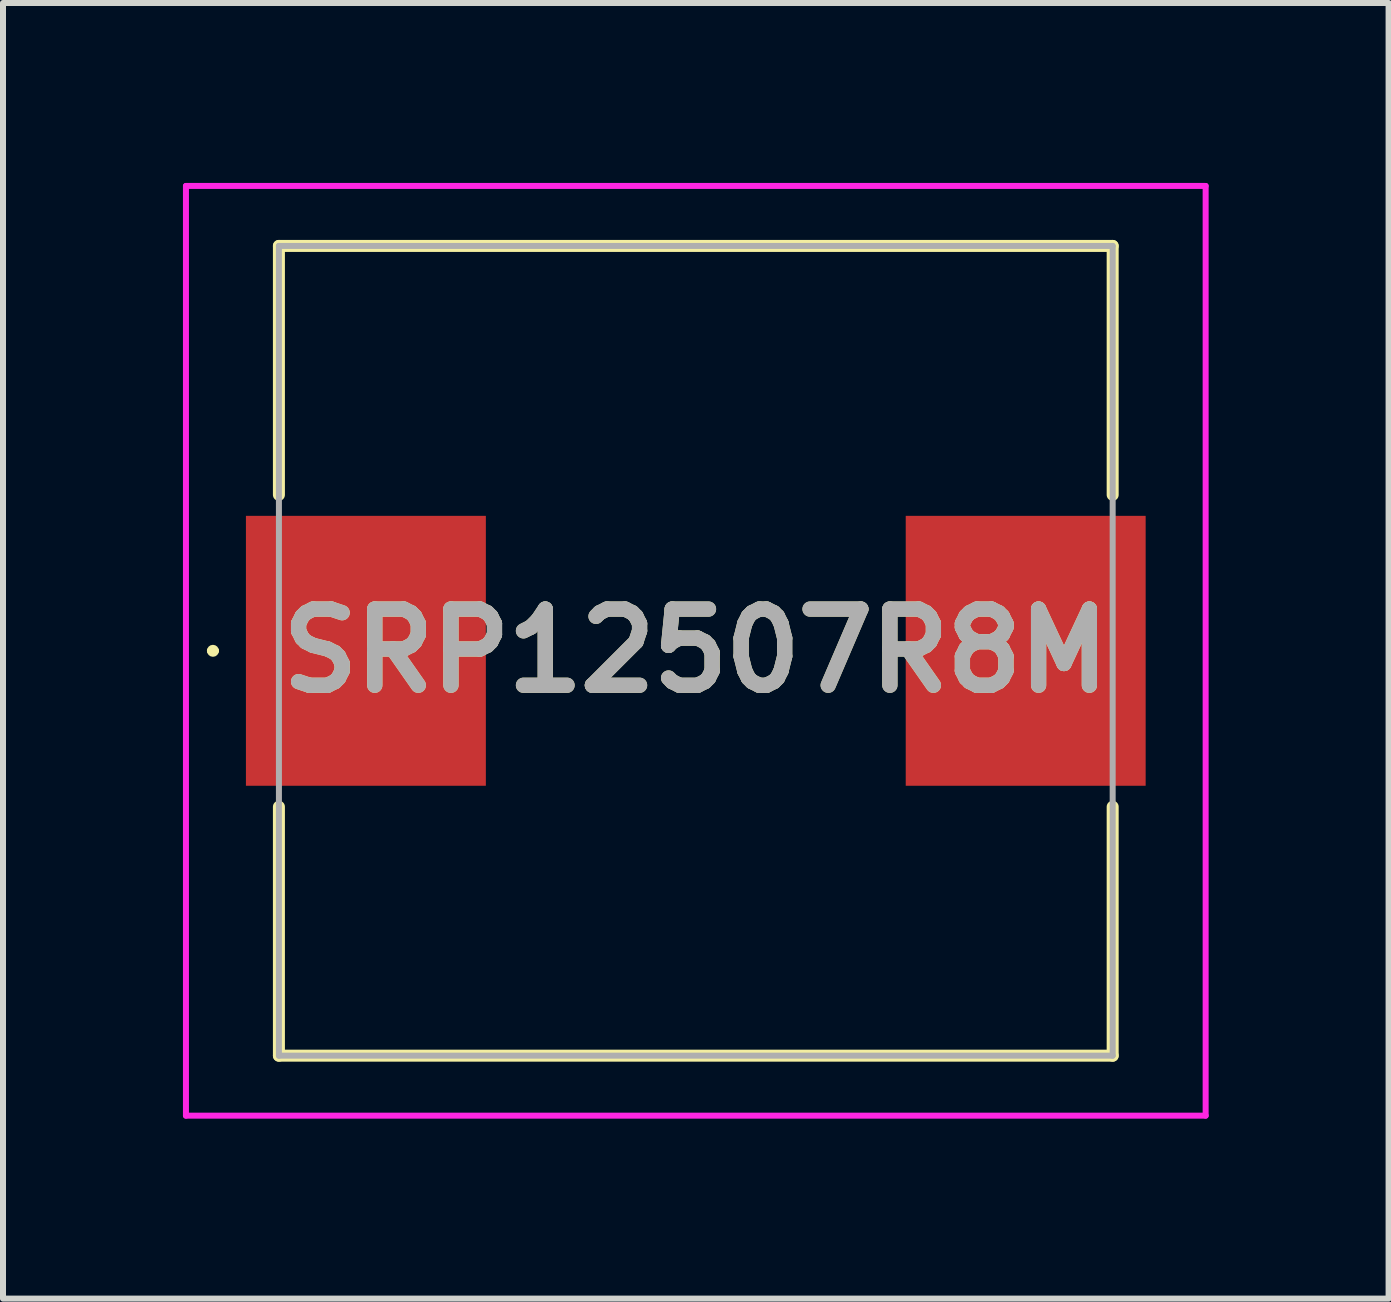
<source format=kicad_pcb>
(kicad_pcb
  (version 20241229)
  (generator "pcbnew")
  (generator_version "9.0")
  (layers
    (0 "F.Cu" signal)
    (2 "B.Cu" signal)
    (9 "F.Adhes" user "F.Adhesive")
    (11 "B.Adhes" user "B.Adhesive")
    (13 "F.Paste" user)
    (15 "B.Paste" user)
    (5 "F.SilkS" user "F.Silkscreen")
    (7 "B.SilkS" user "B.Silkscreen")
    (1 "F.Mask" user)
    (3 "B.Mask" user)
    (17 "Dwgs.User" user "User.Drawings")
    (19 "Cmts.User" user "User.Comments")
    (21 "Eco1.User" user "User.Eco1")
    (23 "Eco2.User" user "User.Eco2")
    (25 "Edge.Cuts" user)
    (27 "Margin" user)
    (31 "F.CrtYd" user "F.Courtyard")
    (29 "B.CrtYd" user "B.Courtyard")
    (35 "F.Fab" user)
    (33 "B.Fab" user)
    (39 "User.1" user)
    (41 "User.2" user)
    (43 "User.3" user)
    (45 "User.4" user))
  (footprint "SRP12507R8M"
    (layer "F.Cu")
    (at 8.55 7.8)
    (property "Reference" "SRP12507R8M" (at 0 0 0) (layer "F.SilkS") (effects (font (size 1.27 1.27) (thickness 0.254))))
    (attr smd)
    (fp_line (start -8.1 0) (end -8.1 0) (stroke (width 0.1) (type solid)) (layer "F.SilkS"))
    (fp_line (start -8 0) (end -8 0) (stroke (width 0.1) (type solid)) (layer "F.SilkS"))
    (fp_line (start -6.95 -6.75) (end -6.95 -2.6) (stroke (width 0.2) (type solid)) (layer "F.SilkS"))
    (fp_line (start -6.95 2.6) (end -6.95 6.75) (stroke (width 0.2) (type solid)) (layer "F.SilkS"))
    (fp_line (start -6.95 6.75) (end 6.95 6.75) (stroke (width 0.2) (type solid)) (layer "F.SilkS"))
    (fp_line (start 6.95 -6.75) (end -6.95 -6.75) (stroke (width 0.2) (type solid)) (layer "F.SilkS"))
    (fp_line (start 6.95 -2.6) (end 6.95 -6.75) (stroke (width 0.2) (type solid)) (layer "F.SilkS"))
    (fp_line (start 6.95 6.75) (end 6.95 2.6) (stroke (width 0.2) (type solid)) (layer "F.SilkS"))
    (fp_arc (start -8.1 0) (mid -8.05 -0.05) (end -8 0) (stroke (width 0.1) (type solid)) (layer "F.SilkS"))
    (fp_arc (start -8 0) (mid -8.05 0.05) (end -8.1 0) (stroke (width 0.1) (type solid)) (layer "F.SilkS"))
    (fp_line (start -8.5 -7.75) (end 8.5 -7.75) (stroke (width 0.1) (type solid)) (layer "F.CrtYd"))
    (fp_line (start -8.5 7.75) (end -8.5 -7.75) (stroke (width 0.1) (type solid)) (layer "F.CrtYd"))
    (fp_line (start 8.5 -7.75) (end 8.5 7.75) (stroke (width 0.1) (type solid)) (layer "F.CrtYd"))
    (fp_line (start 8.5 7.75) (end -8.5 7.75) (stroke (width 0.1) (type solid)) (layer "F.CrtYd"))
    (fp_line (start -6.95 -6.75) (end 6.95 -6.75) (stroke (width 0.1) (type solid)) (layer "F.Fab"))
    (fp_line (start -6.95 6.75) (end -6.95 -6.75) (stroke (width 0.1) (type solid)) (layer "F.Fab"))
    (fp_line (start 6.95 -6.75) (end 6.95 6.75) (stroke (width 0.1) (type solid)) (layer "F.Fab"))
    (fp_line (start 6.95 6.75) (end -6.95 6.75) (stroke (width 0.1) (type solid)) (layer "F.Fab"))
    (fp_text user "${REFERENCE}" (at 0 0 0) (layer "F.Fab") (effects (font (size 1.27 1.27) (thickness 0.254))))
    (pad "1" smd rect (at -5.5 0) (size 4 4.5) (layers "F.Cu" "F.Mask" "F.Paste"))
    (pad "2" smd rect (at 5.5 0) (size 4 4.5) (layers "F.Cu" "F.Mask" "F.Paste")))
  (gr_rect
    (start -3 -3)
    (end 20.1 18.6)
    (stroke (width 0.1) (type default))
    (fill no)
    (layer "Edge.Cuts")))
</source>
